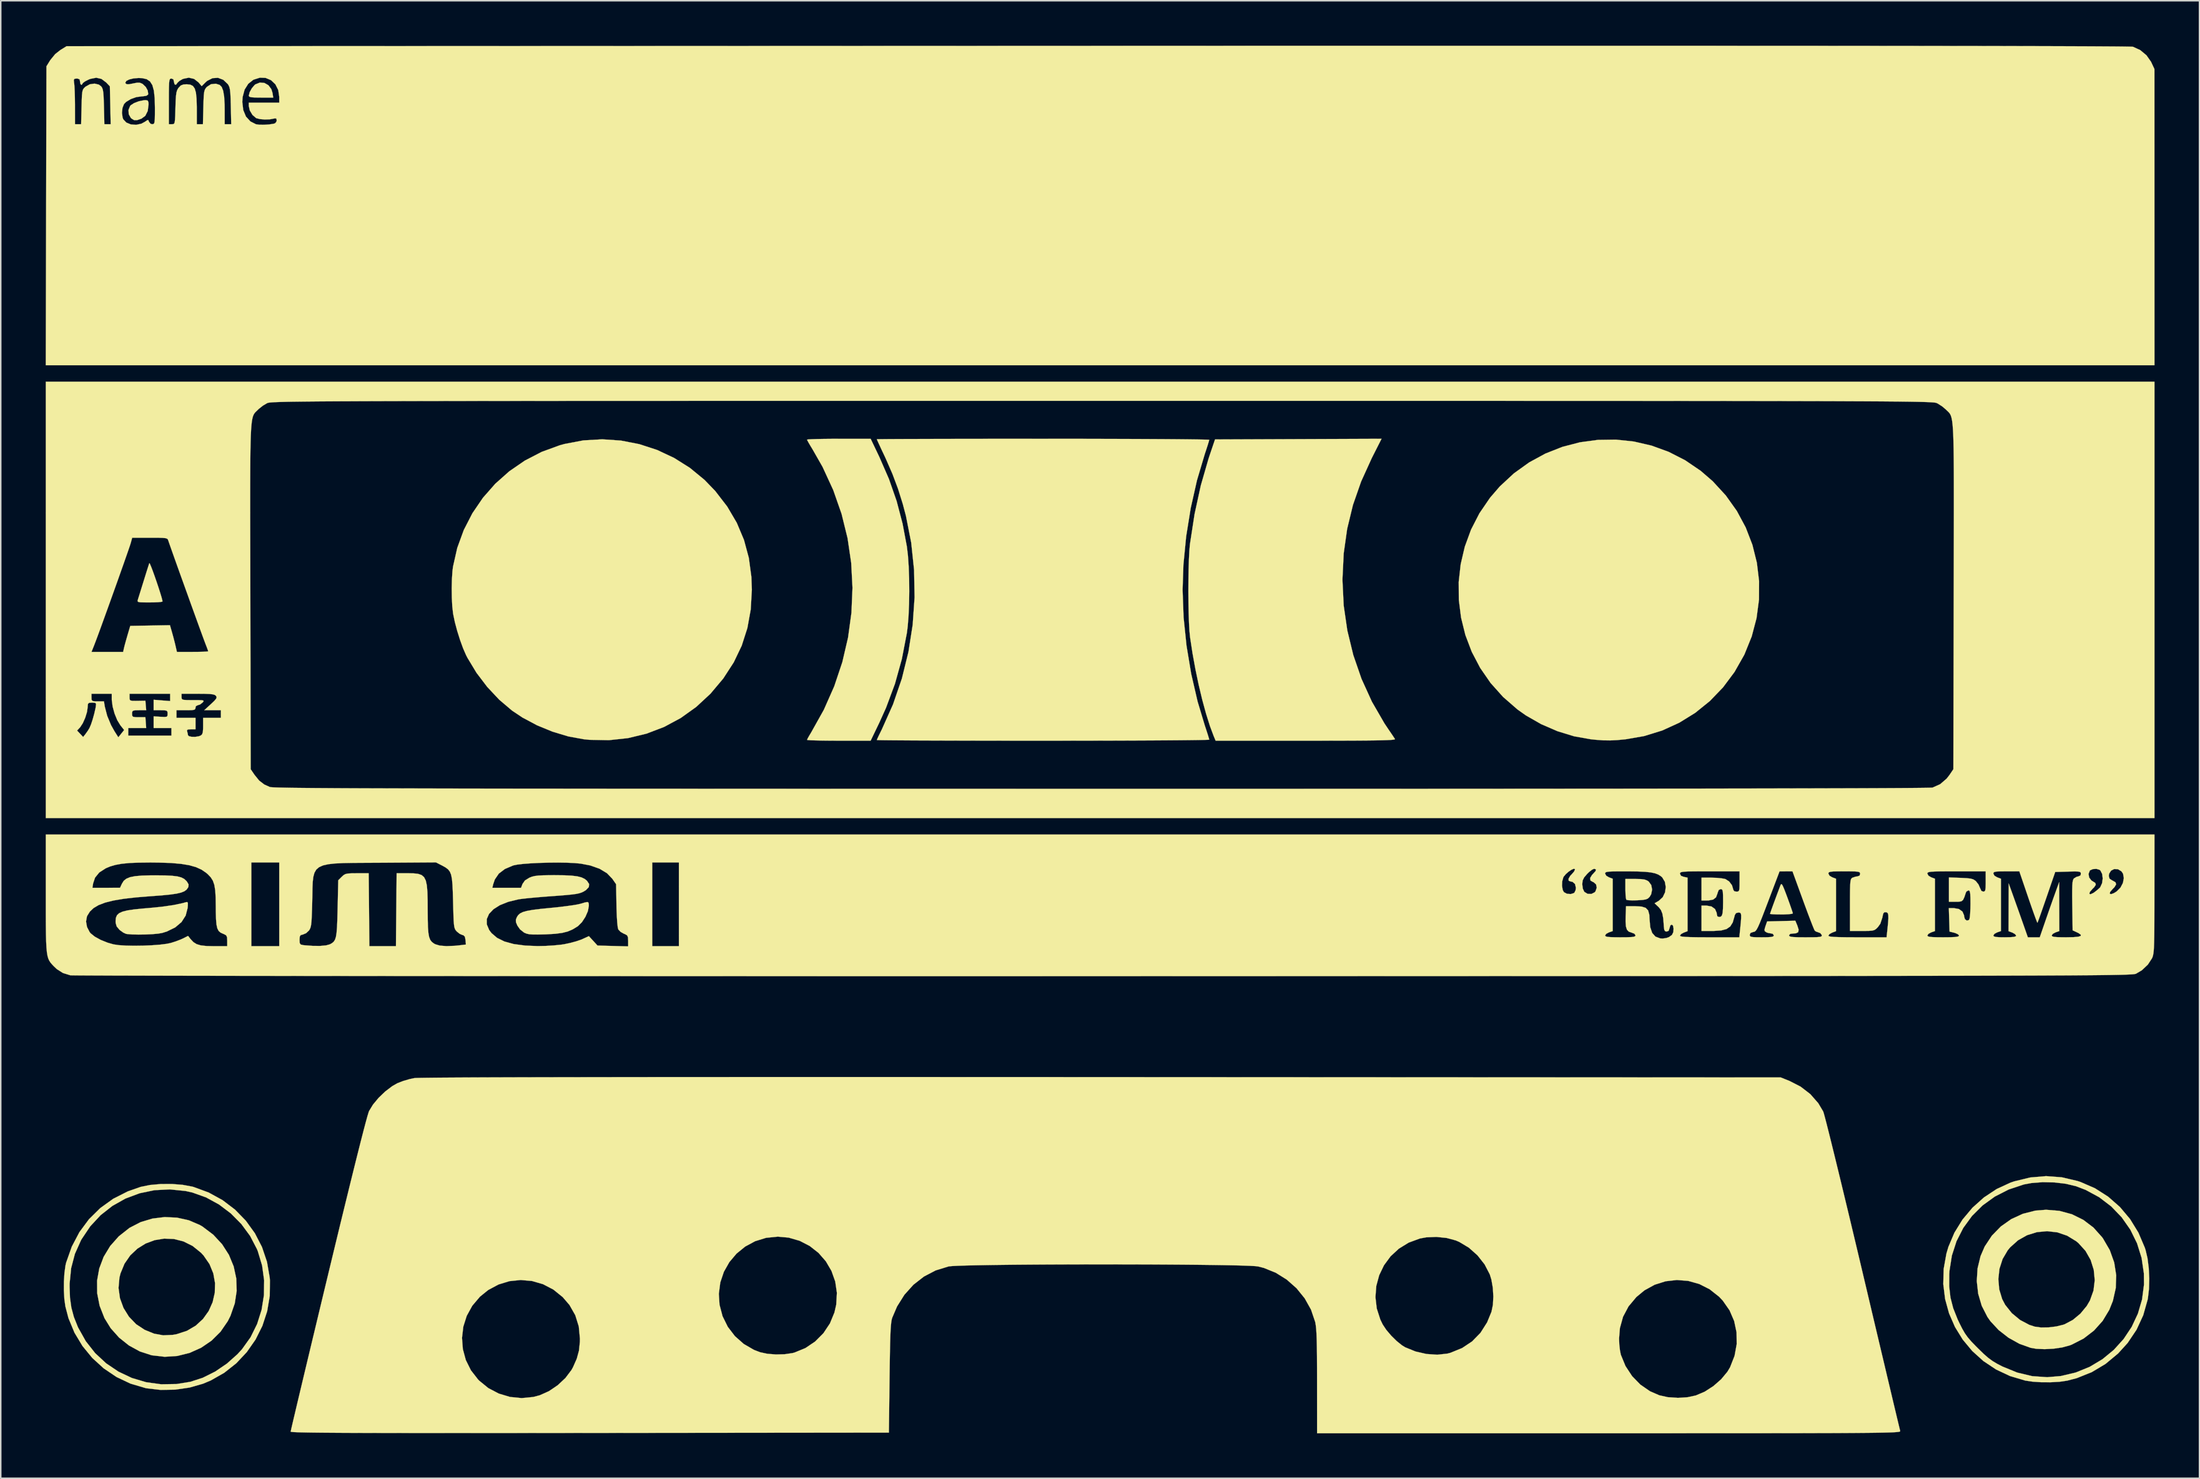
<source format=kicad_pcb>
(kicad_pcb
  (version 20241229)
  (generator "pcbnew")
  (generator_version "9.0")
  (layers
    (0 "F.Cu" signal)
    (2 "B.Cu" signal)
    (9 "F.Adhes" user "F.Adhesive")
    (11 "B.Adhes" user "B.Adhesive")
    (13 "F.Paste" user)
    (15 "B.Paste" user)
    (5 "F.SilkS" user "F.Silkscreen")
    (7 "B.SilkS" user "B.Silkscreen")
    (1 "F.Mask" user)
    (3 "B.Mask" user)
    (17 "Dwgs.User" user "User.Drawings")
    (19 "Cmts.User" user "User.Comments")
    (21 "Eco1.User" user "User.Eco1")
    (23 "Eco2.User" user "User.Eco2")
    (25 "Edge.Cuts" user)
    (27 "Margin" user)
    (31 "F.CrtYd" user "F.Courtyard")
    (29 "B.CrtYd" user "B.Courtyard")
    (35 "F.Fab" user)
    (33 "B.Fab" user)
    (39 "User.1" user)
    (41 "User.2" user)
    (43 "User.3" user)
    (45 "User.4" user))
  (footprint "awia_silk"
    (layer "F.Cu")
    (at 70.788 41.818)
    (property "Reference" "awia_silk" (at 0 0 0) (layer "F.SilkS") (effects (font (size 1.524 1.524) (thickness 0.3))))
    (attr through_hole)
    (fp_poly (pts (xy -56.194 -39.331) (xy -55.926 -39.178) (xy -55.73 -38.918) (xy -55.654 -38.672) (xy -55.604 -38.354) (xy -56.419 -38.354) (xy -56.804 -38.358) (xy -57.048 -38.374) (xy -57.181 -38.405) (xy -57.231 -38.458) (xy -57.235 -38.485) (xy -57.177 -38.716) (xy -57.033 -38.977) (xy -56.847 -39.195) (xy -56.793 -39.238) (xy -56.495 -39.357) (xy -56.194 -39.331)) (stroke (width 0.01) (type solid)) (fill yes) (layer "F.SilkS"))
    (fp_poly (pts (xy -63.982 -38.157) (xy -63.93 -38.04) (xy -63.923 -37.901) (xy -63.979 -37.46) (xy -64.142 -37.138) (xy -64.398 -36.948) (xy -64.686 -36.85) (xy -64.89 -36.851) (xy -65.063 -36.956) (xy -65.109 -36.999) (xy -65.247 -37.244) (xy -65.263 -37.532) (xy -65.156 -37.792) (xy -65.114 -37.841) (xy -64.893 -37.986) (xy -64.577 -38.107) (xy -64.243 -38.176) (xy -64.114 -38.184) (xy -63.982 -38.157)) (stroke (width 0.01) (type solid)) (fill yes) (layer "F.SilkS"))
    (fp_poly (pts (xy 35.661 13.809) (xy 35.906 13.841) (xy 36.08 13.906) (xy 36.184 13.976) (xy 36.355 14.209) (xy 36.412 14.511) (xy 36.35 14.821) (xy 36.246 14.997) (xy 36.14 15.1) (xy 36.001 15.165) (xy 35.784 15.202) (xy 35.445 15.224) (xy 35.42 15.226) (xy 35.099 15.232) (xy 34.845 15.222) (xy 34.704 15.198) (xy 34.692 15.191) (xy 34.662 15.081) (xy 34.64 14.848) (xy 34.629 14.537) (xy 34.629 14.464) (xy 34.629 13.801) (xy 35.295 13.801) (xy 35.661 13.809)) (stroke (width 0.01) (type solid)) (fill yes) (layer "F.SilkS"))
    (fp_poly (pts (xy 45.061 14.152) (xy 45.123 14.245) (xy 45.214 14.449) (xy 45.343 14.783) (xy 45.432 15.022) (xy 45.573 15.409) (xy 45.689 15.739) (xy 45.77 15.979) (xy 45.804 16.097) (xy 45.805 16.102) (xy 45.726 16.132) (xy 45.516 16.156) (xy 45.213 16.17) (xy 45.043 16.171) (xy 44.707 16.167) (xy 44.447 16.156) (xy 44.3 16.14) (xy 44.281 16.131) (xy 44.309 16.041) (xy 44.384 15.825) (xy 44.496 15.516) (xy 44.632 15.146) (xy 44.78 14.748) (xy 44.929 14.353) (xy 44.978 14.224) (xy 45.016 14.152) (xy 45.061 14.152)) (stroke (width 0.01) (type solid)) (fill yes) (layer "F.SilkS"))
    (fp_poly (pts (xy -63.837 -7.237) (xy -63.761 -7.063) (xy -63.656 -6.79) (xy -63.532 -6.448) (xy -63.4 -6.069) (xy -63.271 -5.684) (xy -63.155 -5.324) (xy -63.063 -5.021) (xy -63.006 -4.805) (xy -62.992 -4.72) (xy -63.071 -4.694) (xy -63.283 -4.672) (xy -63.593 -4.66) (xy -63.844 -4.657) (xy -64.23 -4.658) (xy -64.474 -4.666) (xy -64.607 -4.689) (xy -64.655 -4.733) (xy -64.649 -4.804) (xy -64.636 -4.847) (xy -64.589 -4.998) (xy -64.503 -5.273) (xy -64.391 -5.635) (xy -64.263 -6.046) (xy -64.248 -6.096) (xy -64.121 -6.503) (xy -64.01 -6.858) (xy -63.924 -7.126) (xy -63.876 -7.272) (xy -63.872 -7.281) (xy -63.837 -7.237)) (stroke (width 0.01) (type solid)) (fill yes) (layer "F.SilkS"))
    (fp_poly (pts (xy -61.302 15.402) (xy -61.303 15.573) (xy -61.317 15.737) (xy -61.446 16.242) (xy -61.724 16.678) (xy -62.145 17.035) (xy -62.699 17.307) (xy -63.012 17.405) (xy -63.285 17.452) (xy -63.674 17.487) (xy -64.127 17.508) (xy -64.592 17.515) (xy -65.016 17.506) (xy -65.346 17.479) (xy -65.423 17.467) (xy -65.605 17.386) (xy -65.819 17.233) (xy -65.868 17.19) (xy -66.051 16.973) (xy -66.12 16.735) (xy -66.125 16.616) (xy -66.105 16.398) (xy -66.033 16.224) (xy -65.891 16.088) (xy -65.661 15.982) (xy -65.324 15.898) (xy -64.861 15.831) (xy -64.255 15.771) (xy -63.966 15.747) (xy -63.051 15.658) (xy -62.272 15.546) (xy -61.642 15.414) (xy -61.435 15.355) (xy -61.343 15.342) (xy -61.302 15.402)) (stroke (width 0.01) (type solid)) (fill yes) (layer "F.SilkS"))
    (fp_poly (pts (xy -34.565 15.38) (xy -34.545 15.497) (xy -34.544 15.604) (xy -34.606 15.948) (xy -34.771 16.329) (xy -35.002 16.683) (xy -35.266 16.947) (xy -35.288 16.963) (xy -35.61 17.161) (xy -35.939 17.304) (xy -36.315 17.401) (xy -36.776 17.462) (xy -37.361 17.497) (xy -37.465 17.501) (xy -37.938 17.512) (xy -38.276 17.51) (xy -38.517 17.492) (xy -38.694 17.453) (xy -38.843 17.392) (xy -38.862 17.383) (xy -39.131 17.171) (xy -39.312 16.915) (xy -39.406 16.69) (xy -39.414 16.527) (xy -39.354 16.365) (xy -39.264 16.221) (xy -39.136 16.105) (xy -38.947 16.011) (xy -38.675 15.934) (xy -38.3 15.867) (xy -37.799 15.804) (xy -37.151 15.739) (xy -37.126 15.737) (xy -36.589 15.682) (xy -36.081 15.621) (xy -35.637 15.56) (xy -35.292 15.502) (xy -35.094 15.457) (xy -34.803 15.37) (xy -34.639 15.341) (xy -34.565 15.38)) (stroke (width 0.01) (type solid)) (fill yes) (layer "F.SilkS"))
    (fp_poly (pts (xy -15.16 -14.372) (xy -14.516 -12.895) (xy -14.004 -11.426) (xy -13.606 -9.911) (xy -13.319 -8.382) (xy -13.248 -7.779) (xy -13.198 -7.051) (xy -13.169 -6.242) (xy -13.161 -5.395) (xy -13.174 -4.554) (xy -13.208 -3.761) (xy -13.264 -3.06) (xy -13.318 -2.625) (xy -13.655 -0.879) (xy -14.115 0.775) (xy -14.709 2.372) (xy -15.157 3.365) (xy -15.737 4.572) (xy -17.859 4.572) (xy -18.438 4.57) (xy -18.958 4.564) (xy -19.394 4.555) (xy -19.724 4.544) (xy -19.927 4.53) (xy -19.981 4.518) (xy -19.94 4.422) (xy -19.832 4.23) (xy -19.712 4.031) (xy -18.861 2.509) (xy -18.166 0.938) (xy -17.627 -0.673) (xy -17.245 -2.312) (xy -17.019 -3.969) (xy -16.949 -5.634) (xy -17.035 -7.296) (xy -17.278 -8.945) (xy -17.678 -10.569) (xy -18.234 -12.158) (xy -18.946 -13.703) (xy -19.609 -14.866) (xy -19.78 -15.148) (xy -19.91 -15.373) (xy -19.977 -15.506) (xy -19.981 -15.522) (xy -19.9 -15.538) (xy -19.673 -15.551) (xy -19.321 -15.563) (xy -18.868 -15.572) (xy -18.336 -15.577) (xy -17.859 -15.579) (xy -15.736 -15.579) (xy -15.16 -14.372)) (stroke (width 0.01) (type solid)) (fill yes) (layer "F.SilkS"))
    (fp_poly (pts (xy 35.193 -15.397) (xy 36.371 -15.125) (xy 37.517 -14.708) (xy 38.617 -14.146) (xy 39.656 -13.439) (xy 40.452 -12.751) (xy 41.329 -11.798) (xy 42.066 -10.763) (xy 42.659 -9.659) (xy 43.105 -8.502) (xy 43.403 -7.304) (xy 43.55 -6.08) (xy 43.544 -4.843) (xy 43.381 -3.607) (xy 43.059 -2.386) (xy 42.577 -1.193) (xy 42.55 -1.139) (xy 41.909 -0.01) (xy 41.144 1.014) (xy 40.266 1.925) (xy 39.289 2.714) (xy 38.224 3.373) (xy 37.083 3.893) (xy 35.878 4.265) (xy 34.647 4.478) (xy 34.081 4.532) (xy 33.609 4.555) (xy 33.158 4.549) (xy 32.657 4.512) (xy 32.3 4.475) (xy 31.203 4.279) (xy 30.093 3.938) (xy 29.009 3.469) (xy 27.993 2.888) (xy 27.432 2.492) (xy 26.467 1.653) (xy 25.635 0.723) (xy 24.938 -0.286) (xy 24.376 -1.359) (xy 23.95 -2.482) (xy 23.663 -3.643) (xy 23.514 -4.826) (xy 23.505 -6.02) (xy 23.638 -7.208) (xy 23.912 -8.379) (xy 24.329 -9.518) (xy 24.891 -10.612) (xy 25.598 -11.646) (xy 26.245 -12.396) (xy 27.188 -13.271) (xy 28.208 -14.004) (xy 29.293 -14.594) (xy 30.428 -15.042) (xy 31.599 -15.346) (xy 32.793 -15.507) (xy 33.995 -15.524) (xy 35.193 -15.397)) (stroke (width 0.01) (type solid)) (fill yes) (layer "F.SilkS"))
    (fp_poly (pts (xy 17.703 -14.288) (xy 16.994 -12.727) (xy 16.448 -11.16) (xy 16.062 -9.567) (xy 15.831 -7.929) (xy 15.749 -6.225) (xy 15.749 -6.133) (xy 15.83 -4.451) (xy 16.073 -2.782) (xy 16.471 -1.144) (xy 17.02 0.446) (xy 17.714 1.971) (xy 18.548 3.414) (xy 18.841 3.852) (xy 19.023 4.117) (xy 19.169 4.335) (xy 19.251 4.462) (xy 19.254 4.466) (xy 19.235 4.487) (xy 19.147 4.505) (xy 18.979 4.521) (xy 18.722 4.534) (xy 18.367 4.545) (xy 17.903 4.554) (xy 17.321 4.561) (xy 16.611 4.566) (xy 15.763 4.569) (xy 14.767 4.571) (xy 13.615 4.572) (xy 13.299 4.572) (xy 7.284 4.572) (xy 7.154 4.262) (xy 6.901 3.585) (xy 6.645 2.769) (xy 6.393 1.846) (xy 6.154 0.845) (xy 5.935 -0.203) (xy 5.741 -1.266) (xy 5.582 -2.314) (xy 5.575 -2.371) (xy 5.536 -2.771) (xy 5.506 -3.307) (xy 5.484 -3.946) (xy 5.47 -4.654) (xy 5.465 -5.4) (xy 5.469 -6.149) (xy 5.481 -6.869) (xy 5.501 -7.526) (xy 5.53 -8.088) (xy 5.567 -8.521) (xy 5.571 -8.551) (xy 5.879 -10.554) (xy 6.296 -12.468) (xy 6.816 -14.27) (xy 6.885 -14.478) (xy 7.243 -15.536) (xy 12.8 -15.558) (xy 18.357 -15.58) (xy 17.703 -14.288)) (stroke (width 0.01) (type solid)) (fill yes) (layer "F.SilkS"))
    (fp_poly (pts (xy -32.4 -15.46) (xy -31.175 -15.222) (xy -29.989 -14.835) (xy -28.858 -14.305) (xy -27.797 -13.637) (xy -26.822 -12.835) (xy -26.107 -12.093) (xy -25.308 -11.056) (xy -24.67 -9.971) (xy -24.19 -8.83) (xy -23.866 -7.628) (xy -23.695 -6.355) (xy -23.665 -5.503) (xy -23.739 -4.187) (xy -23.963 -2.947) (xy -24.34 -1.772) (xy -24.873 -0.657) (xy -25.564 0.409) (xy -25.575 0.424) (xy -26.428 1.438) (xy -27.377 2.318) (xy -28.412 3.059) (xy -29.523 3.656) (xy -30.699 4.104) (xy -31.928 4.4) (xy -33.202 4.538) (xy -34.507 4.514) (xy -34.874 4.477) (xy -35.903 4.29) (xy -36.963 3.972) (xy -38.005 3.544) (xy -38.98 3.023) (xy -39.671 2.561) (xy -40.522 1.838) (xy -41.322 0.986) (xy -42.039 0.043) (xy -42.641 -0.954) (xy -42.739 -1.145) (xy -42.934 -1.592) (xy -43.136 -2.147) (xy -43.326 -2.751) (xy -43.485 -3.346) (xy -43.595 -3.873) (xy -43.605 -3.935) (xy -43.657 -4.405) (xy -43.686 -4.98) (xy -43.694 -5.601) (xy -43.68 -6.21) (xy -43.644 -6.749) (xy -43.608 -7.042) (xy -43.324 -8.297) (xy -42.889 -9.49) (xy -42.314 -10.61) (xy -41.609 -11.644) (xy -40.784 -12.582) (xy -39.849 -13.413) (xy -38.815 -14.124) (xy -37.692 -14.705) (xy -36.491 -15.144) (xy -36.153 -15.237) (xy -34.904 -15.473) (xy -33.648 -15.545) (xy -32.4 -15.46)) (stroke (width 0.01) (type solid)) (fill yes) (layer "F.SilkS"))
    (fp_poly (pts (xy -62.027 36.409) (xy -61.235 36.585) (xy -60.502 36.9) (xy -60.325 37.004) (xy -59.606 37.547) (xy -59.017 38.183) (xy -58.561 38.894) (xy -58.244 39.663) (xy -58.07 40.472) (xy -58.044 41.303) (xy -58.172 42.138) (xy -58.457 42.959) (xy -58.639 43.322) (xy -59.123 44.026) (xy -59.722 44.619) (xy -60.414 45.091) (xy -61.18 45.435) (xy -61.998 45.64) (xy -62.847 45.697) (xy -63.707 45.597) (xy -63.731 45.592) (xy -64.503 45.341) (xy -65.232 44.942) (xy -65.89 44.418) (xy -66.45 43.79) (xy -66.866 43.117) (xy -67.19 42.291) (xy -67.354 41.451) (xy -67.356 41.104) (xy -65.928 41.104) (xy -65.833 41.787) (xy -65.596 42.437) (xy -65.231 43.024) (xy -64.752 43.522) (xy -64.185 43.896) (xy -63.554 44.153) (xy -62.945 44.263) (xy -62.306 44.233) (xy -62.044 44.185) (xy -61.362 43.963) (xy -60.775 43.617) (xy -60.29 43.17) (xy -59.912 42.641) (xy -59.649 42.052) (xy -59.505 41.423) (xy -59.488 40.777) (xy -59.603 40.132) (xy -59.857 39.51) (xy -60.256 38.933) (xy -60.425 38.751) (xy -60.984 38.3) (xy -61.593 37.996) (xy -62.231 37.834) (xy -62.878 37.808) (xy -63.513 37.91) (xy -64.117 38.135) (xy -64.667 38.476) (xy -65.145 38.927) (xy -65.529 39.482) (xy -65.798 40.135) (xy -65.868 40.414) (xy -65.928 41.104) (xy -67.356 41.104) (xy -67.36 40.615) (xy -67.214 39.801) (xy -66.922 39.025) (xy -66.486 38.304) (xy -65.913 37.657) (xy -65.208 37.1) (xy -65.175 37.079) (xy -64.451 36.706) (xy -63.665 36.47) (xy -62.847 36.37) (xy -62.027 36.409)) (stroke (width 0.01) (type solid)) (fill yes) (layer "F.SilkS"))
    (fp_poly (pts (xy 63.591 35.955) (xy 64.425 36.182) (xy 65.187 36.557) (xy 65.865 37.071) (xy 66.444 37.719) (xy 66.501 37.799) (xy 66.955 38.579) (xy 67.249 39.402) (xy 67.382 40.251) (xy 67.353 41.109) (xy 67.161 41.963) (xy 66.921 42.563) (xy 66.476 43.302) (xy 65.9 43.945) (xy 65.21 44.476) (xy 64.426 44.879) (xy 64.277 44.936) (xy 63.783 45.071) (xy 63.204 45.156) (xy 62.605 45.188) (xy 62.048 45.163) (xy 61.676 45.099) (xy 60.92 44.829) (xy 60.194 44.424) (xy 59.538 43.913) (xy 58.99 43.323) (xy 58.789 43.038) (xy 58.408 42.293) (xy 58.171 41.484) (xy 58.078 40.642) (xy 58.086 40.509) (xy 59.516 40.509) (xy 59.576 41.195) (xy 59.773 41.846) (xy 59.976 42.232) (xy 60.415 42.782) (xy 60.963 43.236) (xy 61.581 43.564) (xy 61.954 43.686) (xy 62.37 43.741) (xy 62.871 43.733) (xy 63.389 43.67) (xy 63.854 43.555) (xy 63.944 43.523) (xy 64.488 43.235) (xy 64.993 42.816) (xy 65.416 42.304) (xy 65.629 41.94) (xy 65.867 41.274) (xy 65.95 40.582) (xy 65.884 39.892) (xy 65.676 39.231) (xy 65.332 38.626) (xy 64.857 38.103) (xy 64.714 37.985) (xy 64.107 37.613) (xy 63.451 37.39) (xy 62.77 37.312) (xy 62.09 37.377) (xy 61.436 37.58) (xy 60.833 37.919) (xy 60.306 38.391) (xy 60.144 38.587) (xy 59.802 39.169) (xy 59.592 39.821) (xy 59.516 40.509) (xy 58.086 40.509) (xy 58.13 39.796) (xy 58.329 38.976) (xy 58.605 38.337) (xy 59.084 37.612) (xy 59.681 36.999) (xy 60.377 36.508) (xy 61.153 36.151) (xy 61.991 35.939) (xy 62.7 35.882) (xy 63.591 35.955)) (stroke (width 0.01) (type solid)) (fill yes) (layer "F.SilkS"))
    (fp_poly (pts (xy -2.878 -15.578) (xy -1.57 -15.577) (xy -0.319 -15.574) (xy 0.865 -15.571) (xy 1.971 -15.567) (xy 2.99 -15.562) (xy 3.912 -15.557) (xy 4.727 -15.551) (xy 5.425 -15.544) (xy 5.996 -15.537) (xy 6.431 -15.529) (xy 6.719 -15.521) (xy 6.851 -15.513) (xy 6.858 -15.511) (xy 6.832 -15.407) (xy 6.763 -15.179) (xy 6.661 -14.862) (xy 6.56 -14.558) (xy 6.038 -12.801) (xy 5.622 -10.953) (xy 5.318 -9.063) (xy 5.135 -7.176) (xy 5.08 -5.503) (xy 5.146 -3.662) (xy 5.341 -1.774) (xy 5.655 0.115) (xy 6.081 1.957) (xy 6.56 3.551) (xy 6.68 3.915) (xy 6.778 4.219) (xy 6.84 4.428) (xy 6.858 4.504) (xy 6.775 4.512) (xy 6.533 4.52) (xy 6.141 4.528) (xy 5.609 4.535) (xy 4.948 4.542) (xy 4.167 4.548) (xy 3.275 4.554) (xy 2.284 4.559) (xy 1.203 4.563) (xy 0.042 4.567) (xy -1.19 4.569) (xy -2.482 4.571) (xy -3.824 4.572) (xy -4.233 4.572) (xy -5.589 4.572) (xy -6.897 4.571) (xy -8.148 4.569) (xy -9.331 4.567) (xy -10.437 4.564) (xy -11.456 4.561) (xy -12.378 4.558) (xy -13.193 4.554) (xy -13.891 4.549) (xy -14.463 4.545) (xy -14.897 4.54) (xy -15.186 4.535) (xy -15.317 4.529) (xy -15.325 4.528) (xy -15.289 4.437) (xy -15.194 4.233) (xy -15.057 3.952) (xy -14.988 3.814) (xy -14.244 2.147) (xy -13.652 0.419) (xy -13.214 -1.357) (xy -12.932 -3.166) (xy -12.806 -4.992) (xy -12.839 -6.823) (xy -13.03 -8.643) (xy -13.383 -10.437) (xy -13.592 -11.226) (xy -13.913 -12.249) (xy -14.282 -13.232) (xy -14.727 -14.253) (xy -14.828 -14.47) (xy -15.009 -14.853) (xy -15.16 -15.179) (xy -15.269 -15.417) (xy -15.322 -15.539) (xy -15.325 -15.549) (xy -15.242 -15.553) (xy -14.999 -15.556) (xy -14.607 -15.56) (xy -14.076 -15.563) (xy -13.414 -15.566) (xy -12.633 -15.568) (xy -11.742 -15.571) (xy -10.751 -15.573) (xy -9.67 -15.575) (xy -8.509 -15.576) (xy -7.277 -15.578) (xy -5.985 -15.578) (xy -4.642 -15.579) (xy -4.233 -15.579) (xy -2.878 -15.578)) (stroke (width 0.01) (type solid)) (fill yes) (layer "F.SilkS"))
    (fp_poly (pts (xy -61.647 34.219) (xy -61.008 34.337) (xy -60.923 34.36) (xy -59.911 34.733) (xy -58.984 35.242) (xy -58.155 35.873) (xy -57.433 36.614) (xy -56.829 37.45) (xy -56.355 38.369) (xy -56.022 39.356) (xy -55.841 40.399) (xy -55.825 40.598) (xy -55.838 41.642) (xy -56.009 42.658) (xy -56.328 43.631) (xy -56.784 44.545) (xy -57.368 45.382) (xy -58.068 46.128) (xy -58.874 46.765) (xy -59.776 47.278) (xy -60.294 47.495) (xy -61.189 47.751) (xy -62.151 47.89) (xy -63.123 47.907) (xy -64.049 47.8) (xy -64.135 47.782) (xy -65.132 47.487) (xy -66.064 47.045) (xy -66.918 46.469) (xy -67.679 45.775) (xy -68.334 44.977) (xy -68.868 44.088) (xy -69.268 43.123) (xy -69.475 42.335) (xy -69.543 41.847) (xy -69.575 41.275) (xy -69.574 40.979) (xy -69.194 40.979) (xy -69.168 41.747) (xy -69.076 42.415) (xy -68.906 43.046) (xy -68.645 43.699) (xy -68.618 43.757) (xy -68.111 44.661) (xy -67.484 45.456) (xy -66.753 46.134) (xy -65.932 46.688) (xy -65.037 47.111) (xy -64.083 47.394) (xy -63.085 47.531) (xy -62.058 47.515) (xy -61.135 47.366) (xy -60.307 47.097) (xy -59.482 46.685) (xy -58.697 46.152) (xy -57.989 45.521) (xy -57.686 45.189) (xy -57.116 44.391) (xy -56.68 43.509) (xy -56.382 42.566) (xy -56.225 41.585) (xy -56.212 40.59) (xy -56.347 39.604) (xy -56.633 38.651) (xy -56.691 38.507) (xy -57.146 37.632) (xy -57.734 36.833) (xy -58.433 36.127) (xy -59.223 35.53) (xy -60.084 35.06) (xy -60.995 34.733) (xy -61.455 34.63) (xy -62.504 34.523) (xy -63.532 34.576) (xy -64.523 34.782) (xy -65.462 35.133) (xy -66.334 35.623) (xy -67.124 36.243) (xy -67.816 36.988) (xy -68.394 37.85) (xy -68.439 37.931) (xy -68.841 38.83) (xy -69.09 39.779) (xy -69.191 40.797) (xy -69.194 40.979) (xy -69.574 40.979) (xy -69.573 40.673) (xy -69.537 40.098) (xy -69.469 39.605) (xy -69.425 39.412) (xy -69.047 38.342) (xy -68.537 37.373) (xy -67.901 36.514) (xy -67.147 35.77) (xy -66.281 35.148) (xy -65.308 34.655) (xy -64.451 34.355) (xy -63.834 34.23) (xy -63.121 34.165) (xy -62.371 34.161) (xy -61.647 34.219)) (stroke (width 0.01) (type solid)) (fill yes) (layer "F.SilkS"))
    (fp_poly (pts (xy 63.748 33.715) (xy 64.797 33.961) (xy 65.001 34.028) (xy 65.965 34.448) (xy 66.845 35.009) (xy 67.63 35.698) (xy 68.307 36.503) (xy 68.864 37.41) (xy 69.289 38.408) (xy 69.341 38.566) (xy 69.471 39.117) (xy 69.554 39.773) (xy 69.587 40.475) (xy 69.57 41.165) (xy 69.498 41.785) (xy 69.479 41.884) (xy 69.185 42.924) (xy 68.739 43.889) (xy 68.145 44.774) (xy 67.508 45.475) (xy 66.666 46.175) (xy 65.747 46.724) (xy 64.752 47.122) (xy 64.105 47.291) (xy 63.606 47.363) (xy 63.008 47.397) (xy 62.378 47.395) (xy 61.782 47.355) (xy 61.308 47.283) (xy 60.293 46.981) (xy 59.361 46.542) (xy 58.519 45.981) (xy 57.777 45.312) (xy 57.142 44.549) (xy 56.623 43.707) (xy 56.228 42.8) (xy 55.965 41.843) (xy 55.862 41.004) (xy 56.238 41.004) (xy 56.321 41.742) (xy 56.504 42.451) (xy 56.798 43.193) (xy 56.911 43.432) (xy 57.107 43.822) (xy 57.284 44.129) (xy 57.477 44.4) (xy 57.717 44.68) (xy 58.04 45.014) (xy 58.156 45.13) (xy 58.53 45.494) (xy 58.838 45.765) (xy 59.126 45.977) (xy 59.437 46.164) (xy 59.786 46.344) (xy 60.778 46.75) (xy 61.773 46.988) (xy 62.777 47.059) (xy 63.682 46.982) (xy 64.682 46.746) (xy 65.613 46.367) (xy 66.463 45.859) (xy 67.221 45.236) (xy 67.876 44.512) (xy 68.416 43.7) (xy 68.83 42.816) (xy 69.107 41.872) (xy 69.236 40.882) (xy 69.229 40.132) (xy 69.077 39.098) (xy 68.772 38.12) (xy 68.326 37.212) (xy 67.749 36.387) (xy 67.051 35.66) (xy 66.245 35.045) (xy 65.341 34.556) (xy 64.699 34.311) (xy 64.026 34.149) (xy 63.263 34.058) (xy 62.472 34.041) (xy 61.719 34.1) (xy 61.214 34.195) (xy 60.201 34.533) (xy 59.281 35.003) (xy 58.464 35.594) (xy 57.76 36.295) (xy 57.177 37.095) (xy 56.725 37.982) (xy 56.415 38.944) (xy 56.254 39.971) (xy 56.241 40.179) (xy 56.238 41.004) (xy 55.862 41.004) (xy 55.842 40.849) (xy 55.868 39.833) (xy 56.051 38.81) (xy 56.186 38.354) (xy 56.585 37.413) (xy 57.125 36.538) (xy 57.788 35.748) (xy 58.554 35.061) (xy 59.406 34.497) (xy 60.325 34.073) (xy 60.579 33.986) (xy 61.646 33.727) (xy 62.7 33.637) (xy 63.748 33.715)) (stroke (width 0.01) (type solid)) (fill yes) (layer "F.SilkS"))
    (fp_poly (pts (xy 31.781 -41.813) (xy 35.088 -41.813) (xy 38.233 -41.812) (xy 41.218 -41.811) (xy 44.043 -41.81) (xy 46.708 -41.809) (xy 49.216 -41.807) (xy 51.566 -41.805) (xy 53.759 -41.803) (xy 55.797 -41.8) (xy 57.679 -41.798) (xy 59.408 -41.795) (xy 60.984 -41.791) (xy 62.407 -41.788) (xy 63.679 -41.784) (xy 64.8 -41.78) (xy 65.772 -41.776) (xy 66.594 -41.771) (xy 67.269 -41.767) (xy 67.796 -41.762) (xy 68.177 -41.756) (xy 68.412 -41.751) (xy 68.503 -41.745) (xy 68.984 -41.525) (xy 69.401 -41.178) (xy 69.706 -40.745) (xy 69.728 -40.698) (xy 69.933 -40.259) (xy 69.935 -20.489) (xy -70.783 -20.489) (xy -70.761 -30.465) (xy -70.741 -39.538) (xy -68.912 -39.538) (xy -68.897 -39.358) (xy -68.888 -39.306) (xy -68.869 -39.106) (xy -68.853 -38.777) (xy -68.841 -38.362) (xy -68.835 -37.902) (xy -68.835 -37.782) (xy -68.834 -36.576) (xy -68.424 -36.576) (xy -68.396 -37.727) (xy -68.384 -38.188) (xy -68.369 -38.512) (xy -68.346 -38.728) (xy -68.309 -38.87) (xy -68.251 -38.967) (xy -68.166 -39.051) (xy -68.131 -39.081) (xy -67.845 -39.242) (xy -67.529 -39.288) (xy -67.241 -39.22) (xy -67.09 -39.107) (xy -67.024 -39.014) (xy -66.977 -38.884) (xy -66.944 -38.687) (xy -66.923 -38.393) (xy -66.907 -37.972) (xy -66.901 -37.753) (xy -66.874 -36.576) (xy -66.451 -36.576) (xy -66.468 -37.336) (xy -65.698 -37.336) (xy -65.657 -37.023) (xy -65.61 -36.902) (xy -65.407 -36.687) (xy -65.105 -36.563) (xy -64.755 -36.536) (xy -64.404 -36.611) (xy -64.168 -36.739) (xy -64.012 -36.847) (xy -63.941 -36.855) (xy -63.903 -36.761) (xy -63.898 -36.741) (xy -63.785 -36.602) (xy -63.677 -36.576) (xy -63.605 -36.584) (xy -63.556 -36.625) (xy -63.525 -36.727) (xy -63.508 -36.917) (xy -63.501 -37.222) (xy -63.5 -37.668) (xy -63.5 -37.679) (xy -63.51 -38.1) (xy -62.569 -38.1) (xy -62.569 -36.576) (xy -62.364 -36.576) (xy -62.28 -36.581) (xy -62.222 -36.612) (xy -62.184 -36.699) (xy -62.161 -36.867) (xy -62.146 -37.144) (xy -62.134 -37.556) (xy -62.131 -37.671) (xy -62.116 -38.135) (xy -62.095 -38.463) (xy -62.064 -38.69) (xy -62.017 -38.848) (xy -61.948 -38.972) (xy -61.925 -39.004) (xy -61.774 -39.162) (xy -61.592 -39.231) (xy -61.374 -39.243) (xy -61.139 -39.218) (xy -60.964 -39.129) (xy -60.842 -38.957) (xy -60.763 -38.681) (xy -60.721 -38.281) (xy -60.706 -37.736) (xy -60.706 -37.613) (xy -60.706 -36.576) (xy -60.296 -36.576) (xy -60.268 -37.712) (xy -60.255 -38.175) (xy -60.238 -38.501) (xy -60.213 -38.722) (xy -60.172 -38.87) (xy -60.112 -38.977) (xy -60.035 -39.067) (xy -59.76 -39.246) (xy -59.437 -39.281) (xy -59.18 -39.2) (xy -59.043 -39.062) (xy -58.944 -38.808) (xy -58.88 -38.423) (xy -58.848 -37.894) (xy -58.844 -37.529) (xy -58.843 -36.576) (xy -58.408 -36.576) (xy -58.435 -37.798) (xy -58.442 -38.066) (xy -57.669 -38.066) (xy -57.606 -37.524) (xy -57.424 -37.086) (xy -57.128 -36.763) (xy -56.759 -36.575) (xy -56.535 -36.543) (xy -56.217 -36.539) (xy -55.878 -36.561) (xy -55.59 -36.605) (xy -55.486 -36.635) (xy -55.391 -36.746) (xy -55.372 -36.845) (xy -55.405 -36.962) (xy -55.531 -36.96) (xy -55.555 -36.953) (xy -55.834 -36.902) (xy -56.172 -36.892) (xy -56.497 -36.919) (xy -56.735 -36.982) (xy -56.751 -36.99) (xy -56.991 -37.197) (xy -57.168 -37.494) (xy -57.235 -37.796) (xy -57.235 -38.015) (xy -55.203 -38.015) (xy -55.203 -38.406) (xy -55.271 -38.863) (xy -55.461 -39.24) (xy -55.751 -39.516) (xy -56.117 -39.669) (xy -56.498 -39.682) (xy -56.928 -39.546) (xy -57.271 -39.275) (xy -57.515 -38.885) (xy -57.647 -38.392) (xy -57.669 -38.066) (xy -58.442 -38.066) (xy -58.448 -38.289) (xy -58.466 -38.641) (xy -58.492 -38.887) (xy -58.531 -39.057) (xy -58.588 -39.182) (xy -58.639 -39.258) (xy -58.94 -39.542) (xy -59.289 -39.674) (xy -59.655 -39.651) (xy -60.008 -39.473) (xy -60.132 -39.364) (xy -60.379 -39.117) (xy -60.59 -39.368) (xy -60.887 -39.602) (xy -61.238 -39.683) (xy -61.616 -39.605) (xy -61.665 -39.583) (xy -61.87 -39.462) (xy -61.998 -39.342) (xy -62.009 -39.321) (xy -62.098 -39.207) (xy -62.186 -39.239) (xy -62.23 -39.397) (xy -62.23 -39.412) (xy -62.27 -39.578) (xy -62.399 -39.624) (xy -62.46 -39.617) (xy -62.503 -39.58) (xy -62.534 -39.49) (xy -62.553 -39.325) (xy -62.563 -39.06) (xy -62.568 -38.674) (xy -62.569 -38.144) (xy -62.569 -38.1) (xy -63.51 -38.1) (xy -63.516 -38.326) (xy -63.57 -38.822) (xy -63.671 -39.186) (xy -63.828 -39.434) (xy -64.052 -39.584) (xy -64.351 -39.652) (xy -64.589 -39.662) (xy -64.933 -39.633) (xy -65.217 -39.563) (xy -65.408 -39.465) (xy -65.474 -39.351) (xy -65.459 -39.304) (xy -65.383 -39.247) (xy -65.231 -39.244) (xy -64.961 -39.296) (xy -64.96 -39.297) (xy -64.686 -39.349) (xy -64.506 -39.346) (xy -64.353 -39.282) (xy -64.306 -39.252) (xy -64.111 -39.064) (xy -63.981 -38.827) (xy -63.946 -38.605) (xy -63.96 -38.551) (xy -64.073 -38.474) (xy -64.313 -38.438) (xy -64.365 -38.437) (xy -64.742 -38.386) (xy -65.115 -38.253) (xy -65.422 -38.066) (xy -65.563 -37.921) (xy -65.665 -37.663) (xy -65.698 -37.336) (xy -66.468 -37.336) (xy -66.478 -37.841) (xy -66.506 -39.105) (xy -66.753 -39.364) (xy -67.068 -39.601) (xy -67.415 -39.68) (xy -67.812 -39.602) (xy -67.936 -39.552) (xy -68.16 -39.437) (xy -68.301 -39.333) (xy -68.326 -39.29) (xy -68.388 -39.204) (xy -68.411 -39.201) (xy -68.474 -39.273) (xy -68.495 -39.412) (xy -68.528 -39.571) (xy -68.66 -39.622) (xy -68.718 -39.624) (xy -68.861 -39.611) (xy -68.912 -39.538) (xy -70.741 -39.538) (xy -70.739 -40.442) (xy -70.483 -40.856) (xy -70.155 -41.257) (xy -69.812 -41.527) (xy -69.398 -41.783) (xy -0.599 -41.808) (xy 4.032 -41.809) (xy 8.495 -41.811) (xy 12.79 -41.812) (xy 16.918 -41.812) (xy 20.881 -41.813) (xy 24.678 -41.813) (xy 28.311 -41.813) (xy 31.781 -41.813)) (stroke (width 0.01) (type solid)) (fill yes) (layer "F.SilkS"))
    (fp_poly (pts (xy -14.125 27.023) (xy -10.922 27.024) (xy -7.555 27.025) (xy -4.022 27.026) (xy -0.321 27.028) (xy -0.296 27.028) (xy 45 27.051) (xy 45.569 27.279) (xy 46.319 27.662) (xy 46.969 28.163) (xy 47.498 28.766) (xy 47.829 29.322) (xy 47.87 29.448) (xy 47.946 29.728) (xy 48.057 30.152) (xy 48.198 30.711) (xy 48.368 31.393) (xy 48.564 32.189) (xy 48.784 33.088) (xy 49.025 34.08) (xy 49.284 35.155) (xy 49.56 36.302) (xy 49.849 37.512) (xy 50.149 38.773) (xy 50.458 40.076) (xy 50.461 40.09) (xy 50.768 41.388) (xy 51.064 42.643) (xy 51.348 43.843) (xy 51.617 44.978) (xy 51.869 46.039) (xy 52.1 47.016) (xy 52.31 47.899) (xy 52.494 48.677) (xy 52.652 49.34) (xy 52.781 49.88) (xy 52.878 50.284) (xy 52.941 50.545) (xy 52.967 50.651) (xy 52.967 50.652) (xy 52.966 50.668) (xy 52.95 50.683) (xy 52.91 50.697) (xy 52.842 50.71) (xy 52.738 50.721) (xy 52.593 50.732) (xy 52.4 50.742) (xy 52.151 50.75) (xy 51.843 50.758) (xy 51.466 50.765) (xy 51.016 50.771) (xy 50.486 50.776) (xy 49.869 50.781) (xy 49.16 50.785) (xy 48.351 50.789) (xy 47.436 50.791) (xy 46.409 50.794) (xy 45.264 50.796) (xy 43.994 50.797) (xy 42.592 50.798) (xy 41.053 50.799) (xy 39.369 50.799) (xy 37.535 50.8) (xy 35.544 50.8) (xy 33.534 50.8) (xy 14.055 50.8) (xy 14.053 47.35) (xy 14.052 46.441) (xy 14.048 45.686) (xy 14.041 45.066) (xy 14.03 44.565) (xy 14.015 44.168) (xy 13.995 43.856) (xy 13.97 43.614) (xy 13.939 43.424) (xy 13.924 43.358) (xy 13.649 42.547) (xy 13.228 41.795) (xy 13.162 41.713) (xy 17.949 41.713) (xy 18.036 42.469) (xy 18.276 43.215) (xy 18.436 43.543) (xy 18.676 43.903) (xy 19.001 44.286) (xy 19.366 44.645) (xy 19.724 44.933) (xy 19.932 45.061) (xy 20.623 45.342) (xy 21.351 45.509) (xy 22.073 45.559) (xy 22.745 45.485) (xy 22.953 45.431) (xy 23.733 45.113) (xy 24.402 44.668) (xy 24.58 44.484) (xy 34.206 44.484) (xy 34.222 44.871) (xy 34.263 45.248) (xy 34.32 45.539) (xy 34.325 45.559) (xy 34.636 46.315) (xy 35.076 46.986) (xy 35.627 47.552) (xy 36.27 47.996) (xy 36.89 48.266) (xy 37.471 48.395) (xy 38.126 48.438) (xy 38.782 48.395) (xy 39.328 48.278) (xy 39.922 48.025) (xy 40.499 47.653) (xy 41.018 47.199) (xy 41.435 46.696) (xy 41.613 46.398) (xy 41.914 45.632) (xy 42.057 44.848) (xy 42.047 44.066) (xy 41.887 43.309) (xy 41.58 42.596) (xy 41.129 41.95) (xy 40.878 41.685) (xy 40.249 41.188) (xy 39.555 40.837) (xy 38.82 40.631) (xy 38.065 40.571) (xy 37.313 40.656) (xy 36.584 40.886) (xy 35.902 41.261) (xy 35.359 41.71) (xy 34.838 42.334) (xy 34.472 43.026) (xy 34.262 43.785) (xy 34.206 44.484) (xy 24.58 44.484) (xy 24.958 44.097) (xy 25.4 43.401) (xy 25.693 42.689) (xy 25.788 42.227) (xy 25.817 41.673) (xy 25.782 41.09) (xy 25.686 40.54) (xy 25.579 40.194) (xy 25.233 39.528) (xy 24.757 38.924) (xy 24.182 38.413) (xy 23.539 38.028) (xy 23.304 37.928) (xy 22.697 37.765) (xy 22.02 37.695) (xy 21.348 37.722) (xy 20.913 37.801) (xy 20.165 38.077) (xy 19.511 38.48) (xy 18.96 38.989) (xy 18.52 39.587) (xy 18.199 40.253) (xy 18.006 40.968) (xy 17.949 41.713) (xy 13.162 41.713) (xy 12.683 41.122) (xy 12.032 40.546) (xy 11.296 40.086) (xy 10.494 39.763) (xy 10.118 39.667) (xy 9.93 39.645) (xy 9.587 39.626) (xy 9.1 39.608) (xy 8.485 39.592) (xy 7.754 39.578) (xy 6.921 39.566) (xy 5.999 39.555) (xy 5.002 39.546) (xy 3.942 39.539) (xy 2.834 39.533) (xy 1.691 39.53) (xy 0.526 39.528) (xy -0.648 39.527) (xy -1.817 39.529) (xy -2.967 39.532) (xy -4.086 39.537) (xy -5.159 39.544) (xy -6.173 39.552) (xy -7.116 39.563) (xy -7.973 39.575) (xy -8.732 39.589) (xy -9.378 39.604) (xy -9.898 39.621) (xy -10.28 39.64) (xy -10.508 39.661) (xy -10.541 39.667) (xy -11.398 39.931) (xy -12.183 40.341) (xy -12.883 40.887) (xy -13.484 41.556) (xy -13.974 42.336) (xy -14.299 43.095) (xy -14.333 43.217) (xy -14.361 43.384) (xy -14.385 43.612) (xy -14.406 43.915) (xy -14.423 44.31) (xy -14.438 44.813) (xy -14.451 45.438) (xy -14.464 46.202) (xy -14.476 47.117) (xy -14.52 50.758) (xy -34.48 50.779) (xy -36.724 50.781) (xy -38.803 50.783) (xy -40.724 50.784) (xy -42.491 50.785) (xy -44.112 50.785) (xy -45.59 50.784) (xy -46.932 50.783) (xy -48.142 50.781) (xy -49.227 50.779) (xy -50.192 50.776) (xy -51.042 50.772) (xy -51.783 50.767) (xy -52.42 50.762) (xy -52.959 50.756) (xy -53.405 50.749) (xy -53.763 50.741) (xy -54.04 50.732) (xy -54.24 50.723) (xy -54.369 50.712) (xy -54.432 50.701) (xy -54.441 50.694) (xy -54.421 50.6) (xy -54.365 50.352) (xy -54.273 49.958) (xy -54.148 49.43) (xy -53.994 48.777) (xy -53.811 48.008) (xy -53.603 47.135) (xy -53.372 46.167) (xy -53.12 45.113) (xy -52.957 44.433) (xy -43.007 44.433) (xy -42.951 45.183) (xy -42.753 45.913) (xy -42.412 46.599) (xy -41.928 47.221) (xy -41.865 47.285) (xy -41.25 47.786) (xy -40.553 48.152) (xy -39.802 48.377) (xy -39.024 48.454) (xy -38.245 48.378) (xy -37.814 48.263) (xy -37.203 47.989) (xy -36.619 47.593) (xy -36.105 47.111) (xy -35.703 46.579) (xy -35.603 46.399) (xy -35.349 45.825) (xy -35.202 45.286) (xy -35.142 44.705) (xy -35.138 44.484) (xy -35.215 43.67) (xy -35.448 42.921) (xy -35.836 42.238) (xy -36.29 41.71) (xy -36.557 41.495) (xy -25.869 41.495) (xy -25.823 42.216) (xy -25.62 42.988) (xy -25.271 43.696) (xy -24.794 44.319) (xy -24.206 44.839) (xy -23.525 45.235) (xy -23.115 45.392) (xy -22.63 45.496) (xy -22.059 45.541) (xy -21.476 45.526) (xy -20.953 45.449) (xy -20.822 45.415) (xy -20.091 45.115) (xy -19.441 44.677) (xy -18.89 44.123) (xy -18.455 43.47) (xy -18.154 42.739) (xy -18.034 42.216) (xy -17.99 41.427) (xy -18.101 40.671) (xy -18.352 39.964) (xy -18.728 39.322) (xy -19.216 38.763) (xy -19.802 38.302) (xy -20.471 37.956) (xy -21.209 37.742) (xy -21.929 37.677) (xy -22.716 37.756) (xy -23.447 37.982) (xy -24.109 38.339) (xy -24.686 38.809) (xy -25.165 39.376) (xy -25.532 40.024) (xy -25.771 40.736) (xy -25.869 41.495) (xy -36.557 41.495) (xy -36.913 41.208) (xy -37.602 40.85) (xy -38.335 40.638) (xy -39.089 40.571) (xy -39.843 40.649) (xy -40.574 40.872) (xy -41.261 41.241) (xy -41.81 41.685) (xy -42.321 42.289) (xy -42.692 42.964) (xy -42.92 43.686) (xy -43.007 44.433) (xy -52.957 44.433) (xy -52.849 43.985) (xy -52.563 42.791) (xy -52.263 41.541) (xy -51.951 40.246) (xy -51.934 40.174) (xy -51.537 38.53) (xy -51.168 37.005) (xy -50.826 35.604) (xy -50.514 34.332) (xy -50.232 33.191) (xy -49.982 32.188) (xy -49.764 31.325) (xy -49.58 30.608) (xy -49.43 30.041) (xy -49.316 29.627) (xy -49.238 29.371) (xy -49.21 29.295) (xy -48.947 28.861) (xy -48.572 28.41) (xy -48.129 27.986) (xy -47.664 27.632) (xy -47.316 27.434) (xy -46.928 27.284) (xy -46.485 27.156) (xy -46.186 27.094) (xy -46.071 27.087) (xy -45.825 27.08) (xy -45.447 27.074) (xy -44.934 27.068) (xy -44.286 27.062) (xy -43.499 27.057) (xy -42.574 27.052) (xy -41.508 27.047) (xy -40.3 27.043) (xy -38.948 27.039) (xy -37.45 27.036) (xy -35.806 27.033) (xy -34.013 27.031) (xy -32.069 27.028) (xy -29.974 27.026) (xy -27.725 27.025) (xy -25.321 27.024) (xy -22.761 27.023) (xy -20.043 27.023) (xy -17.165 27.023) (xy -14.125 27.023)) (stroke (width 0.01) (type solid)) (fill yes) (layer "F.SilkS"))
    (fp_poly (pts (xy 69.935 9.737) (xy -70.781 9.737) (xy -70.781 3.895) (xy -68.694 3.895) (xy -68.29 4.325) (xy -68.136 4.131) (xy -67.973 3.902) (xy -67.866 3.724) (xy -67.767 3.493) (xy -67.655 3.155) (xy -67.548 2.77) (xy -67.463 2.397) (xy -67.447 2.307) (xy -67.426 2.123) (xy -67.482 2.047) (xy -67.657 2.032) (xy -67.693 2.032) (xy -67.891 2.045) (xy -67.971 2.12) (xy -67.987 2.308) (xy -67.987 2.327) (xy -68.032 2.655) (xy -68.149 3.037) (xy -68.31 3.401) (xy -68.488 3.675) (xy -68.506 3.695) (xy -68.694 3.895) (xy -70.781 3.895) (xy -70.781 1.439) (xy -67.733 1.439) (xy -67.733 1.693) (xy -67.724 1.845) (xy -67.666 1.92) (xy -67.515 1.945) (xy -67.317 1.947) (xy -66.902 1.947) (xy -66.842 2.307) (xy -66.686 2.909) (xy -66.429 3.529) (xy -66.203 3.934) (xy -65.941 4.346) (xy -65.747 4.102) (xy -65.553 3.859) (xy -65.66 3.725) (xy -65.278 3.725) (xy -65.278 4.233) (xy -62.399 4.233) (xy -62.399 3.725) (xy -63.585 3.725) (xy -63.585 2.948) (xy -63.119 2.977) (xy -62.853 2.989) (xy -62.714 2.972) (xy -62.662 2.906) (xy -62.653 2.774) (xy -62.653 2.773) (xy -62.663 2.64) (xy -62.72 2.57) (xy -62.865 2.544) (xy -63.119 2.54) (xy -62.061 2.54) (xy -62.061 3.048) (xy -60.791 3.048) (xy -60.791 3.81) (xy -61.096 3.81) (xy -61.296 3.825) (xy -61.362 3.881) (xy -61.35 3.944) (xy -61.303 4.135) (xy -61.299 4.198) (xy -61.225 4.274) (xy -61.042 4.314) (xy -60.805 4.316) (xy -60.571 4.278) (xy -60.446 4.23) (xy -60.355 4.152) (xy -60.305 4.014) (xy -60.285 3.773) (xy -60.283 3.595) (xy -60.283 3.048) (xy -59.097 3.048) (xy -59.097 2.54) (xy -60.21 2.54) (xy -59.761 2.128) (xy -59.53 1.907) (xy -59.41 1.764) (xy -59.382 1.665) (xy -59.425 1.579) (xy -59.427 1.577) (xy -59.502 1.519) (xy -59.633 1.479) (xy -59.848 1.455) (xy -60.176 1.443) (xy -60.632 1.439) (xy -61.722 1.439) (xy -61.722 1.651) (xy -61.716 1.751) (xy -61.677 1.813) (xy -61.572 1.846) (xy -61.369 1.86) (xy -61.036 1.863) (xy -60.947 1.863) (xy -60.584 1.864) (xy -60.364 1.873) (xy -60.262 1.896) (xy -60.252 1.94) (xy -60.308 2.013) (xy -60.325 2.032) (xy -60.496 2.161) (xy -60.634 2.201) (xy -60.766 2.267) (xy -60.791 2.371) (xy -60.806 2.457) (xy -60.874 2.508) (xy -61.031 2.532) (xy -61.311 2.54) (xy -61.426 2.54) (xy -62.061 2.54) (xy -63.119 2.54) (xy -63.585 2.54) (xy -63.585 1.839) (xy -63.034 1.884) (xy -62.484 1.928) (xy -62.484 1.439) (xy -65.193 1.439) (xy -65.193 1.68) (xy -65.186 1.812) (xy -65.14 1.883) (xy -65.014 1.912) (xy -64.771 1.915) (xy -64.664 1.913) (xy -64.135 1.905) (xy -64.109 2.223) (xy -64.082 2.54) (xy -64.553 2.54) (xy -64.821 2.545) (xy -64.962 2.572) (xy -65.015 2.644) (xy -65.024 2.773) (xy -65.014 2.908) (xy -64.954 2.977) (xy -64.803 3.002) (xy -64.58 3.006) (xy -64.135 3.006) (xy -64.109 3.365) (xy -64.083 3.725) (xy -65.278 3.725) (xy -65.66 3.725) (xy -65.802 3.549) (xy -66.011 3.207) (xy -66.192 2.766) (xy -66.322 2.293) (xy -66.378 1.858) (xy -66.379 1.813) (xy -66.379 1.439) (xy -67.733 1.439) (xy -70.781 1.439) (xy -70.781 -1.355) (xy -67.731 -1.355) (xy -65.62 -1.355) (xy -65.57 -1.587) (xy -65.522 -1.782) (xy -65.441 -2.078) (xy -65.344 -2.416) (xy -65.333 -2.455) (xy -65.146 -3.09) (xy -63.822 -3.114) (xy -62.497 -3.137) (xy -62.366 -2.684) (xy -62.266 -2.322) (xy -62.167 -1.936) (xy -62.133 -1.793) (xy -62.032 -1.355) (xy -60.988 -1.355) (xy -60.59 -1.358) (xy -60.262 -1.366) (xy -60.036 -1.378) (xy -59.945 -1.393) (xy -59.944 -1.394) (xy -59.973 -1.488) (xy -60.047 -1.689) (xy -60.122 -1.881) (xy -60.186 -2.051) (xy -60.299 -2.356) (xy -60.451 -2.773) (xy -60.636 -3.28) (xy -60.845 -3.858) (xy -61.072 -4.484) (xy -61.307 -5.138) (xy -61.544 -5.797) (xy -61.776 -6.441) (xy -61.994 -7.049) (xy -62.19 -7.599) (xy -62.357 -8.07) (xy -62.488 -8.44) (xy -62.575 -8.689) (xy -62.607 -8.784) (xy -62.636 -8.86) (xy -62.69 -8.912) (xy -62.795 -8.946) (xy -62.978 -8.964) (xy -63.268 -8.973) (xy -63.692 -8.975) (xy -63.841 -8.975) (xy -65.017 -8.975) (xy -65.111 -8.628) (xy -65.159 -8.476) (xy -65.257 -8.187) (xy -65.398 -7.782) (xy -65.573 -7.282) (xy -65.776 -6.709) (xy -65.997 -6.085) (xy -66.231 -5.431) (xy -66.468 -4.769) (xy -66.702 -4.12) (xy -66.924 -3.506) (xy -67.126 -2.948) (xy -67.302 -2.469) (xy -67.444 -2.088) (xy -67.543 -1.829) (xy -67.554 -1.799) (xy -67.731 -1.355) (xy -70.781 -1.355) (xy -70.781 -11.718) (xy -57.142 -11.718) (xy -57.142 -10.639) (xy -57.14 -9.424) (xy -57.137 -8.064) (xy -57.134 -6.552) (xy -57.131 -5.038) (xy -57.108 6.477) (xy -56.854 6.85) (xy -56.543 7.235) (xy -56.2 7.498) (xy -55.833 7.663) (xy -55.792 7.671) (xy -55.714 7.679) (xy -55.596 7.686) (xy -55.432 7.693) (xy -55.22 7.7) (xy -54.956 7.706) (xy -54.637 7.712) (xy -54.258 7.718) (xy -53.817 7.723) (xy -53.309 7.728) (xy -52.731 7.733) (xy -52.079 7.737) (xy -51.349 7.742) (xy -50.538 7.746) (xy -49.643 7.75) (xy -48.659 7.753) (xy -47.584 7.756) (xy -46.412 7.759) (xy -45.141 7.762) (xy -43.767 7.765) (xy -42.287 7.767) (xy -40.696 7.77) (xy -38.992 7.772) (xy -37.17 7.773) (xy -35.226 7.775) (xy -33.158 7.777) (xy -30.962 7.778) (xy -28.633 7.779) (xy -26.168 7.78) (xy -23.564 7.781) (xy -20.817 7.782) (xy -17.923 7.783) (xy -14.879 7.784) (xy -11.681 7.784) (xy -8.325 7.784) (xy -4.808 7.785) (xy -1.126 7.785) (xy -0.339 7.785) (xy 3.895 7.785) (xy 7.961 7.785) (xy 11.86 7.785) (xy 15.591 7.784) (xy 19.154 7.783) (xy 22.55 7.782) (xy 25.778 7.78) (xy 28.838 7.778) (xy 31.73 7.776) (xy 34.454 7.774) (xy 37.01 7.771) (xy 39.397 7.769) (xy 41.617 7.765) (xy 43.668 7.762) (xy 45.55 7.758) (xy 47.264 7.754) (xy 48.81 7.75) (xy 50.186 7.746) (xy 51.394 7.741) (xy 52.434 7.736) (xy 53.304 7.731) (xy 54.005 7.725) (xy 54.537 7.719) (xy 54.901 7.713) (xy 55.094 7.707) (xy 55.128 7.703) (xy 55.634 7.476) (xy 56.069 7.102) (xy 56.259 6.856) (xy 56.515 6.477) (xy 56.538 -5.038) (xy 56.542 -6.697) (xy 56.545 -8.195) (xy 56.548 -9.541) (xy 56.55 -10.743) (xy 56.55 -11.81) (xy 56.549 -12.75) (xy 56.546 -13.572) (xy 56.54 -14.285) (xy 56.532 -14.896) (xy 56.52 -15.415) (xy 56.506 -15.85) (xy 56.487 -16.209) (xy 56.465 -16.502) (xy 56.438 -16.736) (xy 56.406 -16.92) (xy 56.369 -17.063) (xy 56.327 -17.174) (xy 56.278 -17.26) (xy 56.224 -17.33) (xy 56.163 -17.393) (xy 56.095 -17.457) (xy 56.027 -17.524) (xy 55.77 -17.742) (xy 55.479 -17.928) (xy 55.414 -17.96) (xy 55.388 -17.971) (xy 55.353 -17.98) (xy 55.304 -17.99) (xy 55.239 -17.999) (xy 55.153 -18.007) (xy 55.043 -18.015) (xy 54.904 -18.023) (xy 54.733 -18.03) (xy 54.526 -18.037) (xy 54.28 -18.043) (xy 53.989 -18.049) (xy 53.651 -18.055) (xy 53.262 -18.06) (xy 52.817 -18.066) (xy 52.314 -18.07) (xy 51.747 -18.075) (xy 51.114 -18.079) (xy 50.41 -18.083) (xy 49.632 -18.086) (xy 48.775 -18.09) (xy 47.837 -18.093) (xy 46.812 -18.095) (xy 45.698 -18.098) (xy 44.49 -18.1) (xy 43.184 -18.102) (xy 41.778 -18.104) (xy 40.266 -18.106) (xy 38.645 -18.107) (xy 36.911 -18.109) (xy 35.061 -18.11) (xy 33.09 -18.111) (xy 30.995 -18.112) (xy 28.772 -18.112) (xy 26.417 -18.113) (xy 23.926 -18.114) (xy 21.295 -18.114) (xy 18.52 -18.114) (xy 15.599 -18.115) (xy 12.526 -18.115) (xy 9.298 -18.115) (xy 5.911 -18.115) (xy 2.361 -18.115) (xy -0.296 -18.115) (xy -3.965 -18.115) (xy -7.469 -18.115) (xy -10.811 -18.115) (xy -13.995 -18.115) (xy -17.025 -18.115) (xy -19.905 -18.114) (xy -22.639 -18.114) (xy -25.23 -18.113) (xy -27.683 -18.113) (xy -30.001 -18.112) (xy -32.188 -18.112) (xy -34.248 -18.111) (xy -36.184 -18.11) (xy -38.002 -18.108) (xy -39.703 -18.107) (xy -41.293 -18.105) (xy -42.775 -18.104) (xy -44.153 -18.102) (xy -45.431 -18.1) (xy -46.612 -18.097) (xy -47.701 -18.095) (xy -48.701 -18.092) (xy -49.616 -18.089) (xy -50.45 -18.085) (xy -51.207 -18.082) (xy -51.891 -18.078) (xy -52.505 -18.074) (xy -53.054 -18.069) (xy -53.54 -18.064) (xy -53.969 -18.059) (xy -54.344 -18.054) (xy -54.668 -18.048) (xy -54.946 -18.041) (xy -55.181 -18.035) (xy -55.377 -18.028) (xy -55.539 -18.021) (xy -55.669 -18.013) (xy -55.772 -18.005) (xy -55.852 -17.996) (xy -55.912 -17.987) (xy -55.956 -17.978) (xy -55.989 -17.968) (xy -56.007 -17.96) (xy -56.29 -17.794) (xy -56.565 -17.577) (xy -56.619 -17.524) (xy -56.694 -17.451) (xy -56.761 -17.387) (xy -56.822 -17.324) (xy -56.875 -17.253) (xy -56.923 -17.165) (xy -56.965 -17.052) (xy -57.001 -16.906) (xy -57.033 -16.717) (xy -57.059 -16.478) (xy -57.082 -16.18) (xy -57.1 -15.814) (xy -57.114 -15.371) (xy -57.125 -14.844) (xy -57.133 -14.224) (xy -57.138 -13.502) (xy -57.141 -12.669) (xy -57.142 -11.718) (xy -70.781 -11.718) (xy -70.781 -19.389) (xy 69.935 -19.389) (xy 69.935 9.737)) (stroke (width 0.01) (type solid)) (fill yes) (layer "F.SilkS"))
    (fp_poly (pts (xy 69.933 14.796) (xy 69.932 15.723) (xy 69.93 16.496) (xy 69.927 17.131) (xy 69.921 17.644) (xy 69.912 18.049) (xy 69.901 18.362) (xy 69.885 18.6) (xy 69.864 18.777) (xy 69.839 18.908) (xy 69.808 19.011) (xy 69.774 19.092) (xy 69.494 19.52) (xy 69.1 19.891) (xy 68.707 20.125) (xy 68.683 20.134) (xy 68.648 20.143) (xy 68.6 20.151) (xy 68.536 20.159) (xy 68.451 20.167) (xy 68.343 20.174) (xy 68.207 20.181) (xy 68.041 20.188) (xy 67.84 20.195) (xy 67.603 20.201) (xy 67.324 20.206) (xy 67.001 20.212) (xy 66.63 20.217) (xy 66.208 20.222) (xy 65.732 20.227) (xy 65.197 20.231) (xy 64.6 20.236) (xy 63.939 20.24) (xy 63.209 20.243) (xy 62.407 20.247) (xy 61.53 20.25) (xy 60.574 20.253) (xy 59.535 20.256) (xy 58.411 20.259) (xy 57.198 20.262) (xy 55.893 20.264) (xy 54.491 20.266) (xy 52.99 20.268) (xy 51.386 20.27) (xy 49.675 20.272) (xy 47.855 20.274) (xy 45.922 20.275) (xy 43.872 20.277) (xy 41.702 20.278) (xy 39.408 20.279) (xy 36.987 20.28) (xy 34.436 20.281) (xy 31.751 20.282) (xy 28.928 20.283) (xy 25.965 20.284) (xy 22.857 20.285) (xy 19.602 20.286) (xy 16.196 20.287) (xy 12.635 20.287) (xy 8.916 20.288) (xy 5.036 20.289) (xy 0.991 20.29) (xy -0.212 20.29) (xy -3.616 20.29) (xy -6.981 20.291) (xy -10.3 20.291) (xy -13.57 20.291) (xy -16.788 20.291) (xy -19.948 20.29) (xy -23.048 20.29) (xy -26.083 20.289) (xy -29.049 20.288) (xy -31.942 20.287) (xy -34.759 20.286) (xy -37.494 20.285) (xy -40.144 20.284) (xy -42.706 20.282) (xy -45.174 20.28) (xy -47.546 20.279) (xy -49.817 20.277) (xy -51.982 20.275) (xy -54.039 20.273) (xy -55.983 20.27) (xy -57.81 20.268) (xy -59.515 20.265) (xy -61.096 20.263) (xy -62.548 20.26) (xy -63.866 20.257) (xy -65.048 20.254) (xy -66.088 20.252) (xy -66.983 20.248) (xy -67.73 20.245) (xy -68.323 20.242) (xy -68.759 20.239) (xy -69.034 20.235) (xy -69.144 20.232) (xy -69.145 20.232) (xy -69.639 20.079) (xy -70.049 19.817) (xy -70.248 19.629) (xy -70.367 19.503) (xy -70.467 19.385) (xy -70.55 19.26) (xy -70.617 19.113) (xy -70.669 18.927) (xy -70.709 18.687) (xy -70.738 18.379) (xy -70.758 17.986) (xy -70.771 17.493) (xy -70.778 16.884) (xy -70.779 16.641) (xy -68.096 16.641) (xy -68.031 17.009) (xy -67.855 17.348) (xy -67.789 17.429) (xy -67.512 17.653) (xy -67.116 17.87) (xy -66.653 18.056) (xy -66.26 18.168) (xy -65.912 18.219) (xy -65.439 18.25) (xy -64.884 18.261) (xy -64.291 18.253) (xy -63.702 18.228) (xy -63.16 18.187) (xy -62.709 18.13) (xy -62.445 18.075) (xy -62.107 17.968) (xy -61.78 17.843) (xy -61.614 17.768) (xy -61.288 17.602) (xy -61.116 17.82) (xy -60.931 18.017) (xy -60.716 18.152) (xy -60.438 18.235) (xy -60.06 18.277) (xy -59.567 18.288) (xy -58.674 18.288) (xy -58.674 17.924) (xy -58.686 17.689) (xy -58.749 17.562) (xy -58.898 17.48) (xy -58.957 17.458) (xy -59.124 17.38) (xy -59.248 17.269) (xy -59.335 17.1) (xy -59.391 16.849) (xy -59.422 16.492) (xy -59.436 16.005) (xy -59.438 15.638) (xy -59.447 15.028) (xy -59.476 14.558) (xy -59.535 14.198) (xy -59.632 13.919) (xy -59.775 13.691) (xy -59.972 13.485) (xy -60.079 13.393) (xy -60.386 13.182) (xy -60.753 13.015) (xy -61.2 12.887) (xy -61.746 12.796) (xy -62.409 12.737) (xy -63.209 12.708) (xy -63.796 12.702) (xy -64.568 12.71) (xy -65.197 12.737) (xy -65.711 12.787) (xy -66.134 12.864) (xy -66.494 12.969) (xy -66.779 13.089) (xy -67.213 13.369) (xy -67.495 13.715) (xy -67.623 14.096) (xy -67.671 14.393) (xy -66.75 14.392) (xy -65.828 14.39) (xy -65.701 14.117) (xy -65.584 13.93) (xy -65.413 13.788) (xy -65.167 13.685) (xy -64.827 13.616) (xy -64.369 13.576) (xy -63.774 13.559) (xy -63.458 13.558) (xy -62.835 13.565) (xy -62.357 13.588) (xy -61.998 13.631) (xy -61.735 13.701) (xy -61.543 13.801) (xy -61.397 13.937) (xy -61.358 13.987) (xy -61.253 14.166) (xy -61.263 14.317) (xy -61.297 14.39) (xy -61.392 14.519) (xy -61.538 14.625) (xy -61.753 14.711) (xy -62.058 14.782) (xy -62.473 14.842) (xy -63.016 14.896) (xy -63.707 14.948) (xy -63.768 14.952) (xy -64.75 15.031) (xy -65.576 15.125) (xy -66.26 15.24) (xy -66.815 15.378) (xy -67.255 15.545) (xy -67.593 15.745) (xy -67.842 15.982) (xy -68.015 16.26) (xy -68.037 16.308) (xy -68.096 16.641) (xy -70.779 16.641) (xy -70.781 16.144) (xy -70.781 15.258) (xy -70.781 14.777) (xy -70.781 12.7) (xy -57.065 12.7) (xy -57.065 18.288) (xy -55.203 18.288) (xy -55.203 17.865) (xy -53.848 17.865) (xy -53.837 18.079) (xy -53.771 18.178) (xy -53.604 18.218) (xy -53.531 18.226) (xy -52.963 18.268) (xy -52.468 18.271) (xy -52.076 18.235) (xy -51.818 18.162) (xy -51.814 18.16) (xy -51.673 18.079) (xy -51.564 17.983) (xy -51.481 17.852) (xy -51.421 17.665) (xy -51.379 17.398) (xy -51.349 17.031) (xy -51.328 16.542) (xy -51.311 15.91) (xy -51.308 15.771) (xy -51.266 13.889) (xy -51.032 13.655) (xy -50.911 13.545) (xy -50.788 13.476) (xy -50.621 13.439) (xy -50.367 13.424) (xy -50.016 13.421) (xy -49.234 13.42) (xy -49.189 18.288) (xy -47.416 18.288) (xy -47.371 13.42) (xy -46.6 13.42) (xy -46.224 13.428) (xy -45.928 13.462) (xy -45.702 13.541) (xy -45.538 13.683) (xy -45.425 13.905) (xy -45.354 14.227) (xy -45.316 14.665) (xy -45.3 15.239) (xy -45.297 15.876) (xy -45.293 16.522) (xy -45.28 17.02) (xy -45.251 17.395) (xy -45.203 17.668) (xy -45.129 17.863) (xy -45.025 18.001) (xy -44.886 18.107) (xy -44.791 18.16) (xy -44.489 18.249) (xy -44.05 18.284) (xy -43.498 18.263) (xy -43.197 18.233) (xy -42.748 18.179) (xy -42.773 17.874) (xy -42.816 17.655) (xy -42.915 17.558) (xy -42.979 17.543) (xy -43.16 17.465) (xy -43.352 17.312) (xy -43.36 17.303) (xy -43.427 17.226) (xy -43.478 17.139) (xy -43.516 17.02) (xy -43.543 16.843) (xy -43.564 16.586) (xy -43.568 16.473) (xy -41.352 16.473) (xy -41.352 16.835) (xy -41.194 17.209) (xy -41.038 17.415) (xy -40.667 17.733) (xy -40.175 17.976) (xy -39.552 18.147) (xy -38.79 18.248) (xy -37.963 18.281) (xy -37.439 18.271) (xy -36.895 18.239) (xy -36.404 18.19) (xy -36.185 18.157) (xy -35.778 18.071) (xy -35.374 17.961) (xy -35.045 17.848) (xy -34.986 17.822) (xy -34.54 17.618) (xy -34.252 17.932) (xy -33.965 18.246) (xy -32.942 18.274) (xy -31.919 18.302) (xy -31.919 17.931) (xy -31.931 17.694) (xy -31.991 17.565) (xy -32.134 17.483) (xy -32.202 17.458) (xy -32.422 17.335) (xy -32.574 17.176) (xy -32.58 17.166) (xy -32.617 17.009) (xy -32.649 16.709) (xy -32.676 16.293) (xy -32.695 15.786) (xy -32.7 15.565) (xy -32.724 14.153) (xy -32.978 13.787) (xy -33.331 13.419) (xy -33.824 13.121) (xy -34.443 12.902) (xy -35.086 12.778) (xy -35.5 12.74) (xy -36.013 12.717) (xy -36.593 12.708) (xy -37.205 12.713) (xy -37.816 12.729) (xy -38.392 12.757) (xy -38.901 12.795) (xy -39.309 12.842) (xy -39.583 12.898) (xy -39.589 12.9) (xy -40.142 13.135) (xy -40.549 13.444) (xy -40.817 13.836) (xy -40.928 14.161) (xy -40.982 14.393) (xy -39.068 14.393) (xy -38.972 14.138) (xy -38.808 13.902) (xy -38.509 13.717) (xy -38.342 13.651) (xy -38.155 13.605) (xy -37.917 13.575) (xy -37.593 13.558) (xy -37.153 13.55) (xy -36.83 13.549) (xy -36.188 13.556) (xy -35.691 13.58) (xy -35.313 13.626) (xy -35.03 13.698) (xy -34.818 13.801) (xy -34.666 13.925) (xy -34.524 14.141) (xy -34.546 14.345) (xy -34.735 14.544) (xy -34.886 14.639) (xy -35.021 14.704) (xy -35.182 14.757) (xy -35.397 14.802) (xy -35.691 14.841) (xy -36.088 14.88) (xy -36.614 14.922) (xy -36.975 14.948) (xy -37.541 14.99) (xy -38.082 15.036) (xy -38.565 15.081) (xy -38.953 15.123) (xy -39.212 15.158) (xy -39.235 15.162) (xy -39.917 15.327) (xy -40.477 15.55) (xy -40.907 15.822) (xy -41.202 16.132) (xy -41.352 16.473) (xy -43.568 16.473) (xy -43.579 16.223) (xy -43.593 15.731) (xy -43.603 15.324) (xy -43.621 14.678) (xy -43.644 14.177) (xy -43.679 13.799) (xy -43.734 13.52) (xy -43.816 13.317) (xy -43.933 13.165) (xy -44.092 13.042) (xy -44.3 12.924) (xy -44.37 12.888) (xy -44.738 12.7) (xy -30.311 12.7) (xy -30.311 18.288) (xy -28.533 18.288) (xy -28.533 14.27) (xy 30.401 14.27) (xy 30.448 14.539) (xy 30.528 14.684) (xy 30.727 14.789) (xy 30.975 14.811) (xy 31.187 14.746) (xy 31.225 14.715) (xy 31.303 14.557) (xy 31.327 14.393) (xy 31.271 14.157) (xy 31.75 14.157) (xy 31.787 14.447) (xy 31.885 14.656) (xy 31.89 14.662) (xy 32.107 14.795) (xy 32.357 14.804) (xy 32.576 14.694) (xy 32.634 14.624) (xy 32.718 14.383) (xy 32.672 14.164) (xy 32.512 14.02) (xy 32.46 14.002) (xy 32.295 13.903) (xy 32.276 13.739) (xy 32.402 13.532) (xy 32.47 13.462) (xy 32.486 13.443) (xy 33.274 13.443) (xy 33.351 13.585) (xy 33.528 13.69) (xy 33.782 13.786) (xy 33.782 17.281) (xy 33.528 17.369) (xy 33.351 17.464) (xy 33.274 17.573) (xy 33.274 17.577) (xy 33.306 17.628) (xy 33.417 17.663) (xy 33.633 17.684) (xy 33.977 17.694) (xy 34.29 17.695) (xy 34.727 17.692) (xy 35.021 17.681) (xy 35.198 17.658) (xy 35.284 17.62) (xy 35.306 17.566) (xy 35.23 17.456) (xy 35.049 17.386) (xy 34.857 17.318) (xy 34.732 17.189) (xy 34.664 16.97) (xy 34.641 16.631) (xy 34.646 16.319) (xy 34.671 15.621) (xy 35.292 15.621) (xy 35.707 15.644) (xy 35.983 15.73) (xy 36.147 15.903) (xy 36.225 16.188) (xy 36.242 16.498) (xy 36.288 17.023) (xy 36.417 17.404) (xy 36.634 17.649) (xy 36.943 17.766) (xy 37.111 17.779) (xy 37.362 17.744) (xy 37.534 17.683) (xy 37.734 17.542) (xy 37.825 17.357) (xy 37.845 17.124) (xy 37.807 16.919) (xy 37.72 16.845) (xy 37.627 16.908) (xy 37.576 17.081) (xy 37.515 17.263) (xy 37.38 17.314) (xy 37.277 17.289) (xy 37.221 17.187) (xy 37.194 16.966) (xy 37.19 16.891) (xy 37.155 16.436) (xy 37.096 16.112) (xy 37.002 15.877) (xy 36.861 15.693) (xy 36.823 15.657) (xy 36.576 15.426) (xy 36.867 15.254) (xy 37.122 15.017) (xy 37.275 14.696) (xy 37.323 14.337) (xy 37.262 13.989) (xy 37.088 13.698) (xy 36.993 13.613) (xy 36.815 13.504) (xy 36.676 13.451) (xy 38.269 13.451) (xy 38.34 13.591) (xy 38.523 13.661) (xy 38.777 13.712) (xy 38.777 17.287) (xy 38.523 17.383) (xy 38.347 17.479) (xy 38.27 17.582) (xy 38.269 17.587) (xy 38.304 17.623) (xy 38.42 17.65) (xy 38.633 17.67) (xy 38.96 17.684) (xy 39.418 17.692) (xy 40.024 17.695) (xy 40.251 17.695) (xy 42.232 17.695) (xy 42.249 17.532) (xy 42.926 17.532) (xy 42.939 17.608) (xy 43.001 17.656) (xy 43.141 17.682) (xy 43.392 17.693) (xy 43.73 17.695) (xy 44.114 17.691) (xy 44.356 17.674) (xy 44.487 17.641) (xy 44.533 17.587) (xy 44.535 17.568) (xy 44.464 17.465) (xy 44.36 17.441) (xy 44.135 17.401) (xy 44.026 17.356) (xy 43.928 17.284) (xy 43.911 17.178) (xy 43.967 16.98) (xy 43.976 16.954) (xy 44.086 16.637) (xy 45.028 16.613) (xy 45.969 16.589) (xy 46.101 16.905) (xy 46.19 17.184) (xy 46.163 17.352) (xy 46.011 17.43) (xy 45.85 17.441) (xy 45.629 17.468) (xy 45.551 17.555) (xy 45.551 17.568) (xy 45.575 17.621) (xy 45.665 17.657) (xy 45.846 17.68) (xy 46.142 17.692) (xy 46.579 17.695) (xy 46.658 17.695) (xy 47.109 17.694) (xy 47.417 17.686) (xy 47.608 17.668) (xy 47.706 17.638) (xy 47.739 17.591) (xy 47.736 17.547) (xy 47.639 17.418) (xy 47.524 17.373) (xy 47.34 17.308) (xy 47.262 17.246) (xy 47.212 17.141) (xy 47.113 16.899) (xy 46.976 16.545) (xy 46.807 16.102) (xy 46.618 15.592) (xy 46.481 15.219) (xy 45.834 13.443) (xy 48.175 13.443) (xy 48.252 13.585) (xy 48.429 13.69) (xy 48.683 13.786) (xy 48.683 17.287) (xy 48.429 17.383) (xy 48.253 17.479) (xy 48.176 17.582) (xy 48.175 17.587) (xy 48.21 17.623) (xy 48.327 17.651) (xy 48.541 17.671) (xy 48.87 17.684) (xy 49.331 17.692) (xy 49.94 17.695) (xy 50.117 17.695) (xy 52.058 17.695) (xy 52.106 17.251) (xy 52.154 16.775) (xy 52.178 16.442) (xy 52.175 16.224) (xy 52.145 16.098) (xy 52.084 16.037) (xy 52.017 16.019) (xy 51.901 16.027) (xy 51.833 16.119) (xy 51.785 16.336) (xy 51.779 16.374) (xy 51.642 16.79) (xy 51.481 17.014) (xy 51.363 17.133) (xy 51.25 17.209) (xy 51.101 17.25) (xy 50.876 17.268) (xy 50.533 17.272) (xy 50.427 17.272) (xy 49.615 17.272) (xy 49.615 15.539) (xy 49.616 14.954) (xy 49.62 14.516) (xy 49.629 14.201) (xy 49.645 13.988) (xy 49.671 13.854) (xy 49.708 13.775) (xy 49.759 13.73) (xy 49.778 13.719) (xy 49.997 13.645) (xy 50.117 13.631) (xy 50.262 13.574) (xy 50.292 13.462) (xy 50.289 13.443) (xy 54.779 13.443) (xy 54.856 13.585) (xy 55.033 13.69) (xy 55.287 13.786) (xy 55.287 17.281) (xy 55.033 17.369) (xy 54.857 17.464) (xy 54.779 17.573) (xy 54.779 17.577) (xy 54.81 17.628) (xy 54.92 17.662) (xy 55.132 17.683) (xy 55.47 17.693) (xy 55.838 17.695) (xy 56.298 17.691) (xy 56.611 17.678) (xy 56.799 17.652) (xy 56.885 17.612) (xy 56.896 17.583) (xy 56.822 17.493) (xy 56.638 17.41) (xy 56.578 17.393) (xy 56.261 17.314) (xy 56.237 16.531) (xy 56.212 15.748) (xy 56.554 15.748) (xy 56.886 15.809) (xy 57.121 15.977) (xy 57.23 16.23) (xy 57.235 16.301) (xy 57.285 16.481) (xy 57.401 16.575) (xy 57.531 16.555) (xy 57.581 16.501) (xy 57.611 16.371) (xy 57.636 16.113) (xy 57.652 15.767) (xy 57.657 15.473) (xy 57.654 15.063) (xy 57.641 14.794) (xy 57.614 14.64) (xy 57.569 14.573) (xy 57.528 14.563) (xy 57.396 14.633) (xy 57.351 14.711) (xy 57.248 15.021) (xy 57.16 15.204) (xy 57.05 15.293) (xy 56.883 15.322) (xy 56.674 15.325) (xy 56.219 15.325) (xy 56.219 13.7) (xy 57.016 13.729) (xy 57.403 13.748) (xy 57.662 13.777) (xy 57.835 13.826) (xy 57.964 13.904) (xy 58.028 13.959) (xy 58.195 14.173) (xy 58.295 14.404) (xy 58.387 14.599) (xy 58.511 14.647) (xy 58.593 14.631) (xy 58.641 14.561) (xy 58.666 14.403) (xy 58.674 14.123) (xy 58.674 13.97) (xy 58.674 13.443) (xy 59.182 13.443) (xy 59.259 13.585) (xy 59.436 13.69) (xy 59.69 13.786) (xy 59.69 17.281) (xy 59.436 17.369) (xy 59.259 17.464) (xy 59.182 17.573) (xy 59.182 17.577) (xy 59.219 17.635) (xy 59.346 17.672) (xy 59.592 17.691) (xy 59.944 17.695) (xy 60.333 17.688) (xy 60.574 17.665) (xy 60.689 17.623) (xy 60.706 17.587) (xy 60.635 17.485) (xy 60.462 17.387) (xy 60.452 17.383) (xy 60.198 17.287) (xy 60.208 14.097) (xy 60.527 14.986) (xy 60.701 15.474) (xy 60.9 16.031) (xy 61.089 16.567) (xy 61.166 16.785) (xy 61.486 17.695) (xy 62.281 17.695) (xy 62.653 16.616) (xy 62.823 16.126) (xy 63.004 15.608) (xy 63.174 15.127) (xy 63.301 14.774) (xy 63.576 14.012) (xy 63.58 15.647) (xy 63.585 17.281) (xy 63.331 17.369) (xy 63.154 17.464) (xy 63.077 17.573) (xy 63.077 17.577) (xy 63.109 17.629) (xy 63.223 17.665) (xy 63.442 17.685) (xy 63.792 17.694) (xy 64.05 17.695) (xy 64.534 17.686) (xy 64.853 17.657) (xy 65.014 17.605) (xy 65.021 17.528) (xy 64.88 17.423) (xy 64.747 17.357) (xy 64.474 17.23) (xy 64.451 15.565) (xy 64.444 14.982) (xy 64.445 14.544) (xy 64.453 14.23) (xy 64.47 14.015) (xy 64.499 13.878) (xy 64.539 13.793) (xy 64.563 13.766) (xy 64.743 13.656) (xy 64.861 13.631) (xy 64.998 13.569) (xy 65.023 13.464) (xy 65.536 13.464) (xy 65.578 13.706) (xy 65.728 13.904) (xy 65.807 13.953) (xy 65.986 14.066) (xy 66.022 14.187) (xy 65.916 14.35) (xy 65.8 14.465) (xy 65.626 14.666) (xy 65.587 14.792) (xy 65.668 14.823) (xy 65.856 14.737) (xy 65.942 14.677) (xy 66.144 14.517) (xy 66.286 14.388) (xy 66.315 14.355) (xy 66.44 14.081) (xy 66.482 13.767) (xy 66.462 13.602) (xy 66.887 13.602) (xy 66.937 13.782) (xy 67.113 13.9) (xy 67.141 13.911) (xy 67.336 14.023) (xy 67.378 14.163) (xy 67.266 14.35) (xy 67.144 14.475) (xy 66.977 14.667) (xy 66.949 14.785) (xy 67.038 14.817) (xy 67.226 14.75) (xy 67.412 14.635) (xy 67.667 14.38) (xy 67.83 14.068) (xy 67.891 13.743) (xy 67.839 13.451) (xy 67.733 13.293) (xy 67.496 13.149) (xy 67.249 13.139) (xy 67.037 13.247) (xy 66.907 13.456) (xy 66.887 13.602) (xy 66.462 13.602) (xy 66.445 13.469) (xy 66.331 13.244) (xy 66.268 13.19) (xy 66.062 13.129) (xy 65.823 13.144) (xy 65.639 13.226) (xy 65.621 13.245) (xy 65.536 13.464) (xy 65.023 13.464) (xy 65.024 13.459) (xy 65.014 13.381) (xy 64.964 13.333) (xy 64.843 13.308) (xy 64.621 13.301) (xy 64.267 13.308) (xy 64.168 13.311) (xy 63.312 13.335) (xy 62.734 15.016) (xy 62.56 15.518) (xy 62.405 15.963) (xy 62.276 16.327) (xy 62.182 16.586) (xy 62.132 16.716) (xy 62.127 16.726) (xy 62.092 16.658) (xy 62.012 16.453) (xy 61.895 16.132) (xy 61.748 15.718) (xy 61.58 15.235) (xy 61.508 15.024) (xy 60.918 13.294) (xy 60.05 13.293) (xy 59.657 13.296) (xy 59.403 13.308) (xy 59.259 13.334) (xy 59.196 13.379) (xy 59.182 13.443) (xy 58.674 13.443) (xy 58.674 13.293) (xy 56.727 13.293) (xy 56.103 13.293) (xy 55.628 13.297) (xy 55.282 13.305) (xy 55.045 13.318) (xy 54.896 13.339) (xy 54.816 13.368) (xy 54.784 13.408) (xy 54.779 13.443) (xy 50.289 13.443) (xy 50.282 13.392) (xy 50.235 13.344) (xy 50.123 13.315) (xy 49.918 13.299) (xy 49.593 13.294) (xy 49.234 13.293) (xy 48.793 13.295) (xy 48.494 13.303) (xy 48.31 13.323) (xy 48.214 13.356) (xy 48.179 13.408) (xy 48.175 13.443) (xy 45.834 13.443) (xy 45.779 13.293) (xy 45.347 13.294) (xy 44.916 13.296) (xy 44.154 15.305) (xy 43.919 15.921) (xy 43.735 16.397) (xy 43.592 16.752) (xy 43.481 17.003) (xy 43.393 17.168) (xy 43.32 17.267) (xy 43.252 17.318) (xy 43.18 17.338) (xy 43.159 17.341) (xy 42.976 17.405) (xy 42.926 17.532) (xy 42.249 17.532) (xy 42.281 17.209) (xy 42.327 16.746) (xy 42.353 16.426) (xy 42.355 16.222) (xy 42.332 16.107) (xy 42.282 16.057) (xy 42.2 16.045) (xy 42.167 16.044) (xy 42.015 16.078) (xy 41.931 16.211) (xy 41.901 16.33) (xy 41.792 16.707) (xy 41.626 16.973) (xy 41.378 17.145) (xy 41.023 17.239) (xy 40.533 17.271) (xy 40.433 17.272) (xy 39.709 17.272) (xy 39.709 15.579) (xy 40.047 15.579) (xy 40.377 15.64) (xy 40.611 15.808) (xy 40.72 16.059) (xy 40.725 16.129) (xy 40.766 16.297) (xy 40.885 16.341) (xy 40.995 16.319) (xy 41.071 16.236) (xy 41.117 16.066) (xy 41.14 15.784) (xy 41.148 15.363) (xy 41.148 15.275) (xy 41.145 14.903) (xy 41.132 14.668) (xy 41.103 14.54) (xy 41.051 14.487) (xy 40.988 14.478) (xy 40.86 14.535) (xy 40.783 14.725) (xy 40.773 14.773) (xy 40.677 15.028) (xy 40.489 15.177) (xy 40.182 15.237) (xy 40.053 15.24) (xy 39.709 15.24) (xy 39.709 13.716) (xy 40.373 13.716) (xy 40.733 13.728) (xy 41.06 13.76) (xy 41.291 13.805) (xy 41.307 13.81) (xy 41.552 13.968) (xy 41.742 14.22) (xy 41.825 14.495) (xy 41.825 14.516) (xy 41.898 14.623) (xy 42.037 14.647) (xy 42.142 14.64) (xy 42.205 14.595) (xy 42.236 14.479) (xy 42.247 14.255) (xy 42.249 13.97) (xy 42.249 13.293) (xy 40.259 13.293) (xy 39.628 13.293) (xy 39.147 13.296) (xy 38.795 13.303) (xy 38.552 13.316) (xy 38.398 13.336) (xy 38.313 13.364) (xy 38.277 13.403) (xy 38.269 13.451) (xy 36.676 13.451) (xy 36.597 13.422) (xy 36.315 13.363) (xy 35.944 13.325) (xy 35.458 13.303) (xy 34.833 13.295) (xy 34.692 13.295) (xy 34.17 13.295) (xy 33.794 13.3) (xy 33.541 13.312) (xy 33.385 13.333) (xy 33.305 13.366) (xy 33.276 13.414) (xy 33.274 13.443) (xy 32.486 13.443) (xy 32.641 13.272) (xy 32.665 13.16) (xy 32.543 13.123) (xy 32.541 13.123) (xy 32.408 13.181) (xy 32.216 13.33) (xy 32.076 13.466) (xy 31.876 13.7) (xy 31.778 13.899) (xy 31.75 14.131) (xy 31.75 14.157) (xy 31.271 14.157) (xy 31.266 14.137) (xy 31.099 13.992) (xy 30.971 13.97) (xy 30.843 13.919) (xy 30.836 13.784) (xy 30.945 13.596) (xy 31.059 13.475) (xy 31.204 13.306) (xy 31.266 13.167) (xy 31.263 13.144) (xy 31.184 13.12) (xy 31.028 13.188) (xy 30.837 13.317) (xy 30.652 13.48) (xy 30.514 13.646) (xy 30.485 13.699) (xy 30.412 13.967) (xy 30.401 14.27) (xy -28.533 14.27) (xy -28.533 12.7) (xy -30.311 12.7) (xy -44.738 12.7) (xy -44.746 12.696) (xy -48.387 12.719) (xy -49.382 12.724) (xy -50.221 12.729) (xy -50.917 12.741) (xy -51.485 12.769) (xy -51.936 12.819) (xy -52.286 12.899) (xy -52.547 13.016) (xy -52.732 13.177) (xy -52.855 13.39) (xy -52.929 13.663) (xy -52.969 14.002) (xy -52.986 14.415) (xy -52.994 14.909) (xy -53.001 15.255) (xy -53.017 15.849) (xy -53.033 16.297) (xy -53.051 16.626) (xy -53.076 16.859) (xy -53.109 17.021) (xy -53.153 17.136) (xy -53.21 17.23) (xy -53.221 17.245) (xy -53.412 17.422) (xy -53.623 17.51) (xy -53.624 17.51) (xy -53.771 17.548) (xy -53.834 17.649) (xy -53.848 17.865) (xy -55.203 17.865) (xy -55.203 12.7) (xy -57.065 12.7) (xy -70.781 12.7) (xy -70.781 10.837) (xy 69.935 10.837) (xy 69.933 14.796)) (stroke (width 0.01) (type solid)) (fill yes) (layer "F.SilkS")))
  (gr_rect
    (start -3 -3)
    (end 143.728 95.623)
    (stroke (width 0.1) (type default))
    (fill no)
    (layer "Edge.Cuts")))
</source>
